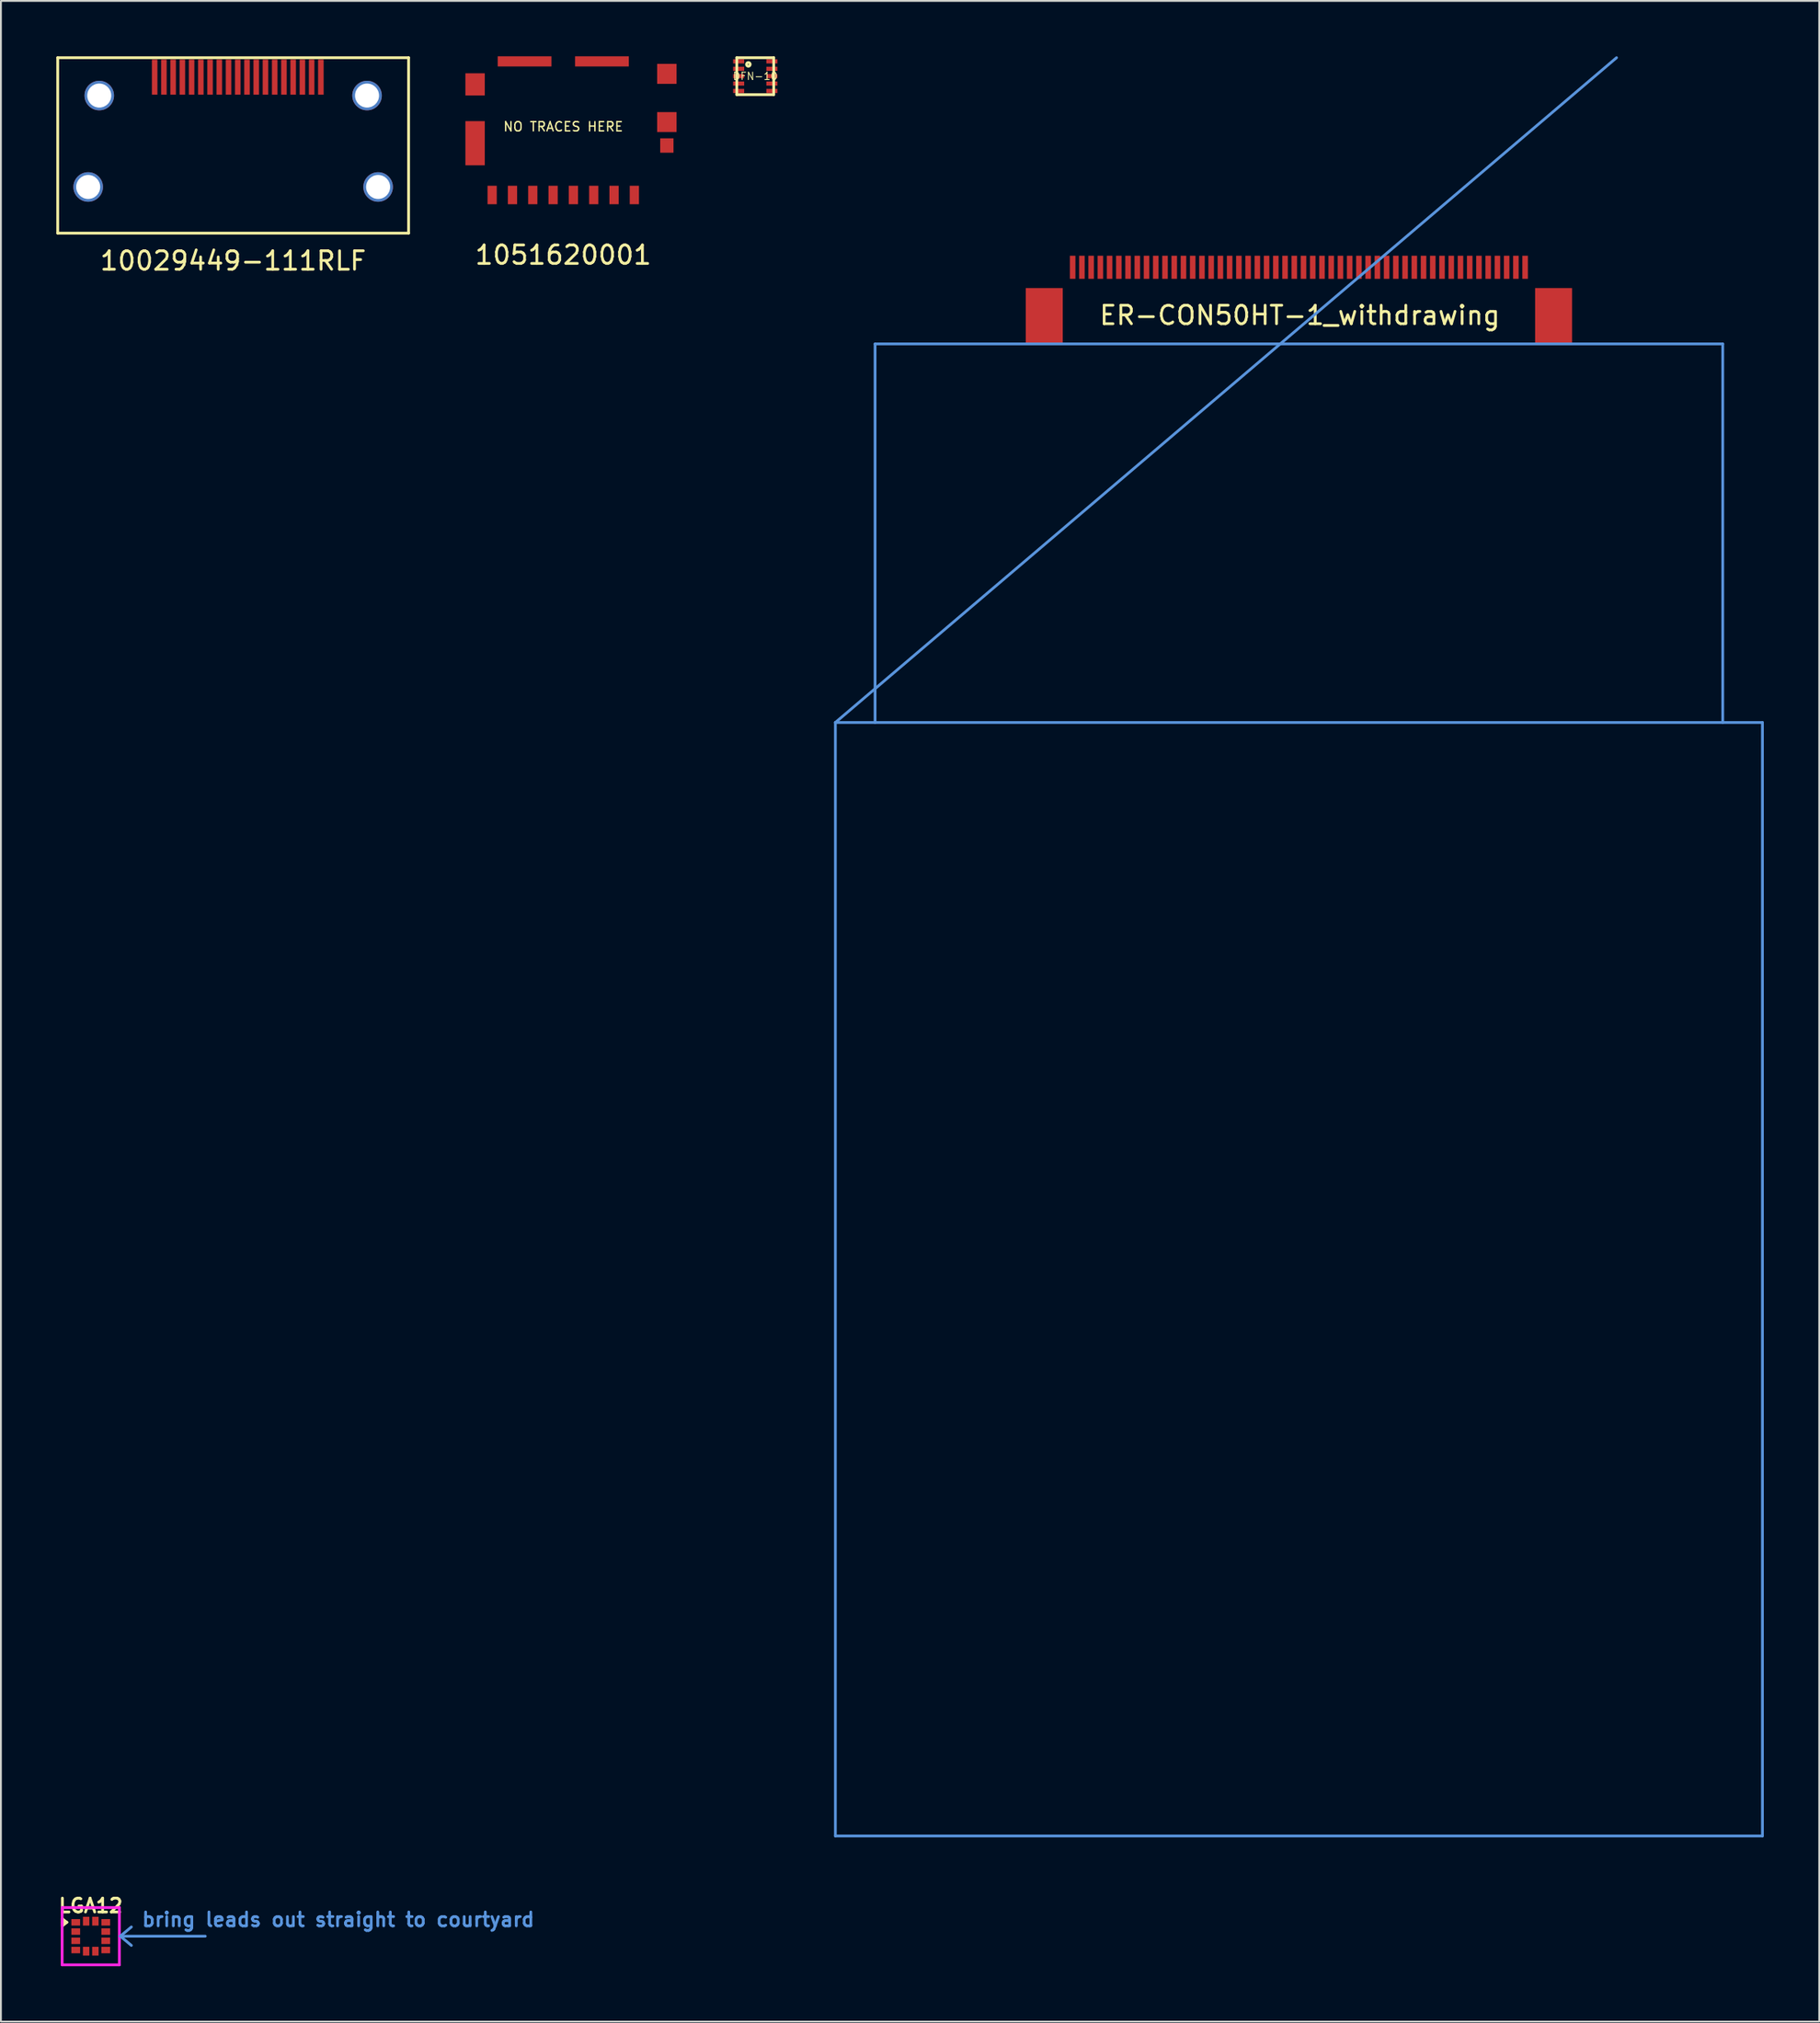
<source format=kicad_pcb>
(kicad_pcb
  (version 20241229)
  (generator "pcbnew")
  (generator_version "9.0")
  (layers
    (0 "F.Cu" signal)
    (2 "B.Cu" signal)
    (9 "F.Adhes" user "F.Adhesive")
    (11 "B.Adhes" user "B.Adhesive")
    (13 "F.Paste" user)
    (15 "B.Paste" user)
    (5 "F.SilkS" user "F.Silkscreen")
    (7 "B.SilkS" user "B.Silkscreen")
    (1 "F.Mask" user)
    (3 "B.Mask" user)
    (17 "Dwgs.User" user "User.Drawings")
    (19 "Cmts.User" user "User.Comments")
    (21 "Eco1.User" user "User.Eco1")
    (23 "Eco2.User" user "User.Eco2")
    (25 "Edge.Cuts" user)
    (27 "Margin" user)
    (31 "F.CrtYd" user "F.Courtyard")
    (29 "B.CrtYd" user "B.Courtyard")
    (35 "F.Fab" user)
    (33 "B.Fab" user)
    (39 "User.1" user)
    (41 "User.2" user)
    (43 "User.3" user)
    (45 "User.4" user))
  (footprint "ER-CON50HT-1_withdrawing"
    (layer "F.Cu")
    (at 67.285 11.425)
    (property "Reference" "ER-CON50HT-1_withdrawing" (at 0.05 2.6 0) (layer "F.SilkS") (effects (font (size 1 1) (thickness 0.15))))
    (attr through_hole)
    (fp_line (start -25.1 24.65) (end -25.1 84.95) (stroke (width 0.15) (type solid)) (layer "Cmts.User"))
    (fp_line (start -25.1 24.65) (end 17.2 -11.35) (stroke (width 0.15) (type solid)) (layer "Cmts.User"))
    (fp_line (start -25.1 24.65) (end 25.1 24.65) (stroke (width 0.15) (type solid)) (layer "Cmts.User"))
    (fp_line (start -22.95 4.15) (end -22.95 24.65) (stroke (width 0.15) (type solid)) (layer "Cmts.User"))
    (fp_line (start -22.95 4.15) (end 22.95 4.15) (stroke (width 0.15) (type solid)) (layer "Cmts.User"))
    (fp_line (start 22.95 4.15) (end 22.95 24.65) (stroke (width 0.15) (type solid)) (layer "Cmts.User"))
    (fp_line (start 25.1 24.65) (end 25.1 84.95) (stroke (width 0.15) (type solid)) (layer "Cmts.User"))
    (fp_line (start 25.1 84.95) (end -25.1 84.95) (stroke (width 0.15) (type solid)) (layer "Cmts.User"))
    (pad "1" smd rect (at -12.25 0) (size 0.3 1.25) (layers "F.Cu" "F.Mask" "F.Paste"))
    (pad "2" smd rect (at -11.75 0) (size 0.3 1.25) (layers "F.Cu" "F.Mask" "F.Paste"))
    (pad "3" smd rect (at -11.25 0) (size 0.3 1.25) (layers "F.Cu" "F.Mask" "F.Paste"))
    (pad "4" smd rect (at -10.75 0) (size 0.3 1.25) (layers "F.Cu" "F.Mask" "F.Paste"))
    (pad "5" smd rect (at -10.25 0) (size 0.3 1.25) (layers "F.Cu" "F.Mask" "F.Paste"))
    (pad "6" smd rect (at -9.75 0) (size 0.3 1.25) (layers "F.Cu" "F.Mask" "F.Paste"))
    (pad "7" smd rect (at -9.25 0) (size 0.3 1.25) (layers "F.Cu" "F.Mask" "F.Paste"))
    (pad "8" smd rect (at -8.75 0) (size 0.3 1.25) (layers "F.Cu" "F.Mask" "F.Paste"))
    (pad "9" smd rect (at -8.25 0) (size 0.3 1.25) (layers "F.Cu" "F.Mask" "F.Paste"))
    (pad "10" smd rect (at -7.75 0) (size 0.3 1.25) (layers "F.Cu" "F.Mask" "F.Paste"))
    (pad "11" smd rect (at -7.25 0) (size 0.3 1.25) (layers "F.Cu" "F.Mask" "F.Paste"))
    (pad "12" smd rect (at -6.75 0) (size 0.3 1.25) (layers "F.Cu" "F.Mask" "F.Paste"))
    (pad "13" smd rect (at -6.25 0) (size 0.3 1.25) (layers "F.Cu" "F.Mask" "F.Paste"))
    (pad "14" smd rect (at -5.75 0) (size 0.3 1.25) (layers "F.Cu" "F.Mask" "F.Paste"))
    (pad "15" smd rect (at -5.25 0) (size 0.3 1.25) (layers "F.Cu" "F.Mask" "F.Paste"))
    (pad "16" smd rect (at -4.75 0) (size 0.3 1.25) (layers "F.Cu" "F.Mask" "F.Paste"))
    (pad "17" smd rect (at -4.25 0) (size 0.3 1.25) (layers "F.Cu" "F.Mask" "F.Paste"))
    (pad "18" smd rect (at -3.75 0) (size 0.3 1.25) (layers "F.Cu" "F.Mask" "F.Paste"))
    (pad "19" smd rect (at -3.25 0) (size 0.3 1.25) (layers "F.Cu" "F.Mask" "F.Paste"))
    (pad "20" smd rect (at -2.75 0) (size 0.3 1.25) (layers "F.Cu" "F.Mask" "F.Paste"))
    (pad "21" smd rect (at -2.25 0) (size 0.3 1.25) (layers "F.Cu" "F.Mask" "F.Paste"))
    (pad "22" smd rect (at -1.75 0) (size 0.3 1.25) (layers "F.Cu" "F.Mask" "F.Paste"))
    (pad "23" smd rect (at -1.25 0) (size 0.3 1.25) (layers "F.Cu" "F.Mask" "F.Paste"))
    (pad "24" smd rect (at -0.75 0) (size 0.3 1.25) (layers "F.Cu" "F.Mask" "F.Paste"))
    (pad "25" smd rect (at -0.25 0) (size 0.3 1.25) (layers "F.Cu" "F.Mask" "F.Paste"))
    (pad "26" smd rect (at 0.25 0) (size 0.3 1.25) (layers "F.Cu" "F.Mask" "F.Paste"))
    (pad "27" smd rect (at 0.75 0) (size 0.3 1.25) (layers "F.Cu" "F.Mask" "F.Paste"))
    (pad "28" smd rect (at 1.25 0) (size 0.3 1.25) (layers "F.Cu" "F.Mask" "F.Paste"))
    (pad "29" smd rect (at 1.75 0) (size 0.3 1.25) (layers "F.Cu" "F.Mask" "F.Paste"))
    (pad "30" smd rect (at 2.25 0) (size 0.3 1.25) (layers "F.Cu" "F.Mask" "F.Paste"))
    (pad "31" smd rect (at 2.75 0) (size 0.3 1.25) (layers "F.Cu" "F.Mask" "F.Paste"))
    (pad "32" smd rect (at 3.25 0) (size 0.3 1.25) (layers "F.Cu" "F.Mask" "F.Paste"))
    (pad "33" smd rect (at 3.75 0) (size 0.3 1.25) (layers "F.Cu" "F.Mask" "F.Paste"))
    (pad "34" smd rect (at 4.25 0) (size 0.3 1.25) (layers "F.Cu" "F.Mask" "F.Paste"))
    (pad "35" smd rect (at 4.75 0) (size 0.3 1.25) (layers "F.Cu" "F.Mask" "F.Paste"))
    (pad "36" smd rect (at 5.25 0) (size 0.3 1.25) (layers "F.Cu" "F.Mask" "F.Paste"))
    (pad "37" smd rect (at 5.75 0) (size 0.3 1.25) (layers "F.Cu" "F.Mask" "F.Paste"))
    (pad "38" smd rect (at 6.25 0) (size 0.3 1.25) (layers "F.Cu" "F.Mask" "F.Paste"))
    (pad "39" smd rect (at 6.75 0) (size 0.3 1.25) (layers "F.Cu" "F.Mask" "F.Paste"))
    (pad "40" smd rect (at 7.25 0) (size 0.3 1.25) (layers "F.Cu" "F.Mask" "F.Paste"))
    (pad "41" smd rect (at 7.75 0) (size 0.3 1.25) (layers "F.Cu" "F.Mask" "F.Paste"))
    (pad "42" smd rect (at 8.25 0) (size 0.3 1.25) (layers "F.Cu" "F.Mask" "F.Paste"))
    (pad "43" smd rect (at 8.75 0) (size 0.3 1.25) (layers "F.Cu" "F.Mask" "F.Paste"))
    (pad "44" smd rect (at 9.25 0) (size 0.3 1.25) (layers "F.Cu" "F.Mask" "F.Paste"))
    (pad "45" smd rect (at 9.75 0) (size 0.3 1.25) (layers "F.Cu" "F.Mask" "F.Paste"))
    (pad "46" smd rect (at 10.25 0) (size 0.3 1.25) (layers "F.Cu" "F.Mask" "F.Paste"))
    (pad "47" smd rect (at 10.75 0) (size 0.3 1.25) (layers "F.Cu" "F.Mask" "F.Paste"))
    (pad "48" smd rect (at 11.25 0) (size 0.3 1.25) (layers "F.Cu" "F.Mask" "F.Paste"))
    (pad "49" smd rect (at 11.75 0) (size 0.3 1.25) (layers "F.Cu" "F.Mask" "F.Paste"))
    (pad "50" smd rect (at 12.25 0) (size 0.3 1.25) (layers "F.Cu" "F.Mask" "F.Paste"))
    (pad "~" smd rect (at -13.79 2.625) (size 2 3) (layers "F.Cu" "F.Mask" "F.Paste"))
    (pad "~" smd rect (at 13.79 2.625) (size 2 3) (layers "F.Cu" "F.Mask" "F.Paste")))
  (footprint "1051620001"
    (layer "F.Cu")
    (at 27.45 8.01)
    (property "Reference" "1051620001" (at 0 2.75 0) (layer "F.SilkS") (effects (font (size 1 1) (thickness 0.15))))
    (attr through_hole)
    (fp_text user "NO TRACES HERE" (at 0 -4.2 0) (layer "F.SilkS") (effects (font (size 0.5 0.5) (thickness 0.075))))
    (pad "1" smd rect (at 3.85 -0.5) (size 0.5 1) (layers "F.Cu" "F.Mask" "F.Paste"))
    (pad "2" smd rect (at 2.75 -0.5) (size 0.5 1) (layers "F.Cu" "F.Mask" "F.Paste"))
    (pad "3" smd rect (at 1.65 -0.5) (size 0.5 1) (layers "F.Cu" "F.Mask" "F.Paste"))
    (pad "4" smd rect (at 0.55 -0.5) (size 0.5 1) (layers "F.Cu" "F.Mask" "F.Paste"))
    (pad "5" smd rect (at -0.55 -0.5) (size 0.5 1) (layers "F.Cu" "F.Mask" "F.Paste"))
    (pad "6" smd rect (at -1.65 -0.5) (size 0.5 1) (layers "F.Cu" "F.Mask" "F.Paste"))
    (pad "7" smd rect (at -2.75 -0.5) (size 0.5 1) (layers "F.Cu" "F.Mask" "F.Paste"))
    (pad "8" smd rect (at -3.85 -0.5) (size 0.5 1) (layers "F.Cu" "F.Mask" "F.Paste"))
    (pad "9" smd rect (at 5.61 -3.18) (size 0.72 0.78) (layers "F.Cu" "F.Mask" "F.Paste"))
    (pad "G1" smd rect (at 5.61 -4.45) (size 1.05 1.08) (layers "F.Cu" "F.Mask" "F.Paste"))
    (pad "G2" smd rect (at 5.61 -7.06) (size 1.05 1.08) (layers "F.Cu" "F.Mask" "F.Paste"))
    (pad "G3" smd rect (at -4.775 -6.49) (size 1.05 1.2) (layers "F.Cu" "F.Mask" "F.Paste"))
    (pad "G4" smd rect (at -4.775 -3.305) (size 1.05 2.39) (layers "F.Cu" "F.Mask" "F.Paste"))
    (pad "~" smd rect (at -2.095 -7.735) (size 2.91 0.55) (layers "F.Cu" "F.Mask" "F.Paste"))
    (pad "~" smd rect (at 2.095 -7.735) (size 2.91 0.55) (layers "F.Cu" "F.Mask" "F.Paste")))
  (footprint "LGA12"
    (layer "F.Cu")
    (at 1.864 101.802)
    (property "Reference" "LGA12" (at 0 -1.65 0) (layer "F.SilkS") (effects (font (size 0.75 0.75) (thickness 0.15))))
    (attr through_hole)
    (fp_line (start -1.55 -0.95) (end -1.3 -0.75) (stroke (width 0.15) (type solid)) (layer "F.SilkS"))
    (fp_line (start -1.55 -0.55) (end -1.55 -0.95) (stroke (width 0.15) (type solid)) (layer "F.SilkS"))
    (fp_line (start -1.3 -0.75) (end -1.55 -0.75) (stroke (width 0.15) (type solid)) (layer "F.SilkS"))
    (fp_line (start -1.3 -0.75) (end -1.55 -0.55) (stroke (width 0.15) (type solid)) (layer "F.SilkS"))
    (fp_line (start 1.6 0) (end 2.2 -0.5) (stroke (width 0.15) (type solid)) (layer "Cmts.User"))
    (fp_line (start 1.6 0) (end 2.2 0.5) (stroke (width 0.15) (type solid)) (layer "Cmts.User"))
    (fp_line (start 1.6 0) (end 6.2 0) (stroke (width 0.15) (type solid)) (layer "Cmts.User"))
    (fp_line (start -1 -1) (end 1 -1) (stroke (width 0.05) (type solid)) (layer "Eco1.User"))
    (fp_line (start -1 1) (end -1 -1) (stroke (width 0.05) (type solid)) (layer "Eco1.User"))
    (fp_line (start 1 -1) (end 1 1) (stroke (width 0.05) (type solid)) (layer "Eco1.User"))
    (fp_line (start 1 1) (end -1 1) (stroke (width 0.05) (type solid)) (layer "Eco1.User"))
    (fp_line (start -1.55 -1.55) (end 1.55 -1.55) (stroke (width 0.15) (type solid)) (layer "F.CrtYd"))
    (fp_line (start -1.55 1.55) (end -1.55 -1.55) (stroke (width 0.15) (type solid)) (layer "F.CrtYd"))
    (fp_line (start 1.55 -1.55) (end 1.55 1.55) (stroke (width 0.15) (type solid)) (layer "F.CrtYd"))
    (fp_line (start 1.55 1.55) (end -1.55 1.55) (stroke (width 0.15) (type solid)) (layer "F.CrtYd"))
    (fp_text user "bring leads out straight to courtyard" (at 13.4 -0.9 0) (layer "Cmts.User") (effects (font (size 0.75 0.75) (thickness 0.15))))
    (pad "1" smd rect (at -0.812 -0.75) (size 0.475 0.35) (layers "F.Cu" "F.Mask" "F.Paste"))
    (pad "2" smd rect (at -0.812 -0.25) (size 0.475 0.35) (layers "F.Cu" "F.Mask" "F.Paste"))
    (pad "3" smd rect (at -0.812 0.25) (size 0.475 0.35) (layers "F.Cu" "F.Mask" "F.Paste"))
    (pad "4" smd rect (at -0.812 0.75) (size 0.475 0.35) (layers "F.Cu" "F.Mask" "F.Paste"))
    (pad "5" smd rect (at -0.25 0.812) (size 0.35 0.475) (layers "F.Cu" "F.Mask" "F.Paste"))
    (pad "6" smd rect (at 0.25 0.812) (size 0.35 0.475) (layers "F.Cu" "F.Mask" "F.Paste"))
    (pad "7" smd rect (at 0.812 0.75) (size 0.475 0.35) (layers "F.Cu" "F.Mask" "F.Paste"))
    (pad "8" smd rect (at 0.812 0.25) (size 0.475 0.35) (layers "F.Cu" "F.Mask" "F.Paste"))
    (pad "9" smd rect (at 0.812 -0.25) (size 0.475 0.35) (layers "F.Cu" "F.Mask" "F.Paste"))
    (pad "10" smd rect (at 0.812 -0.75) (size 0.475 0.35) (layers "F.Cu" "F.Mask" "F.Paste"))
    (pad "11" smd rect (at 0.25 -0.812) (size 0.35 0.475) (layers "F.Cu" "F.Mask" "F.Paste"))
    (pad "12" smd rect (at -0.25 -0.812) (size 0.35 0.475) (layers "F.Cu" "F.Mask" "F.Paste")))
  (footprint "10029449-111RLF"
    (layer "F.Cu")
    (at 9.575 7.075)
    (property "Reference" "10029449-111RLF" (at 0 4 0) (layer "F.SilkS") (effects (font (size 1 1) (thickness 0.15))))
    (attr through_hole)
    (fp_line (start -9.5 -7) (end -9.5 2.5) (stroke (width 0.15) (type solid)) (layer "F.SilkS"))
    (fp_line (start -9.5 -7) (end 9.5 -7) (stroke (width 0.15) (type solid)) (layer "F.SilkS"))
    (fp_line (start 9.5 -7) (end 9.5 2.5) (stroke (width 0.15) (type solid)) (layer "F.SilkS"))
    (fp_line (start 9.5 2.5) (end -9.5 2.5) (stroke (width 0.15) (type solid)) (layer "F.SilkS"))
    (pad "1" smd rect (at 4.75 -5.95) (size 0.3 1.9) (layers "F.Cu" "F.Mask" "F.Paste"))
    (pad "2" smd rect (at 4.25 -5.95) (size 0.3 1.9) (layers "F.Cu" "F.Mask" "F.Paste"))
    (pad "3" smd rect (at 3.75 -5.95) (size 0.3 1.9) (layers "F.Cu" "F.Mask" "F.Paste"))
    (pad "4" smd rect (at 3.25 -5.95) (size 0.3 1.9) (layers "F.Cu" "F.Mask" "F.Paste"))
    (pad "5" smd rect (at 2.75 -5.95) (size 0.3 1.9) (layers "F.Cu" "F.Mask" "F.Paste"))
    (pad "6" smd rect (at 2.25 -5.95) (size 0.3 1.9) (layers "F.Cu" "F.Mask" "F.Paste"))
    (pad "7" smd rect (at 1.75 -5.95) (size 0.3 1.9) (layers "F.Cu" "F.Mask" "F.Paste"))
    (pad "8" smd rect (at 1.25 -5.95) (size 0.3 1.9) (layers "F.Cu" "F.Mask" "F.Paste"))
    (pad "9" smd rect (at 0.75 -5.95) (size 0.3 1.9) (layers "F.Cu" "F.Mask" "F.Paste"))
    (pad "10" smd rect (at 0.25 -5.95) (size 0.3 1.9) (layers "F.Cu" "F.Mask" "F.Paste"))
    (pad "11" smd rect (at -0.25 -5.95) (size 0.3 1.9) (layers "F.Cu" "F.Mask" "F.Paste"))
    (pad "12" smd rect (at -0.75 -5.95) (size 0.3 1.9) (layers "F.Cu" "F.Mask" "F.Paste"))
    (pad "13" smd rect (at -1.25 -5.95) (size 0.3 1.9) (layers "F.Cu" "F.Mask" "F.Paste"))
    (pad "14" smd rect (at -1.75 -5.95) (size 0.3 1.9) (layers "F.Cu" "F.Mask" "F.Paste"))
    (pad "15" smd rect (at -2.25 -5.95) (size 0.3 1.9) (layers "F.Cu" "F.Mask" "F.Paste"))
    (pad "16" smd rect (at -2.75 -5.95) (size 0.3 1.9) (layers "F.Cu" "F.Mask" "F.Paste"))
    (pad "17" smd rect (at -3.25 -5.95) (size 0.3 1.9) (layers "F.Cu" "F.Mask" "F.Paste"))
    (pad "18" smd rect (at -3.75 -5.95) (size 0.3 1.9) (layers "F.Cu" "F.Mask" "F.Paste"))
    (pad "19" smd rect (at -4.25 -5.95) (size 0.3 1.9) (layers "F.Cu" "F.Mask" "F.Paste"))
    (pad "SHD" thru_hole circle (at -7.85 0) (size 1.6 1.6) (drill 1.3) (layers "*.Cu" "*.Mask"))
    (pad "SHD" thru_hole circle (at -7.25 -4.95) (size 1.6 1.6) (drill 1.3) (layers "*.Cu" "*.Mask"))
    (pad "SHD" thru_hole circle (at 7.25 -4.95) (size 1.6 1.6) (drill 1.3) (layers "*.Cu" "*.Mask"))
    (pad "SHD" thru_hole circle (at 7.85 0) (size 1.6 1.6) (drill 1.3) (layers "*.Cu" "*.Mask")))
  (footprint "DFN-10"
    (layer "F.Cu")
    (at 37.847 1.075)
    (property "Reference" "DFN-10" (at 0 0 0) (layer "F.SilkS") (effects (font (size 0.4 0.4) (thickness 0.05))))
    (attr smd)
    (fp_line (start -1 -1) (end 1 -1) (stroke (width 0.15) (type solid)) (layer "F.SilkS"))
    (fp_line (start -1 1) (end -1 -1) (stroke (width 0.15) (type solid)) (layer "F.SilkS"))
    (fp_line (start 1 -1) (end 1 1) (stroke (width 0.15) (type solid)) (layer "F.SilkS"))
    (fp_line (start 1 1) (end -1 1) (stroke (width 0.15) (type solid)) (layer "F.SilkS"))
    (fp_circle (center -0.374 -0.638) (end -0.374 -0.538) (stroke (width 0.15) (type solid)) (fill no) (layer "F.SilkS"))
    (pad "" smd rect (at -0.9 0) (size 0.725 1.95) (layers "F.Mask"))
    (pad "" smd rect (at 0.9 0) (size 0.725 1.95) (layers "F.Mask"))
    (pad "1" smd rect (at -0.9 -0.8) (size 0.6 0.225) (layers "F.Cu" "F.Paste"))
    (pad "2" smd rect (at -0.9 -0.4) (size 0.6 0.225) (layers "F.Cu" "F.Paste"))
    (pad "3" smd rect (at -0.9 0) (size 0.6 0.225) (layers "F.Cu" "F.Paste"))
    (pad "4" smd rect (at -0.9 0.4) (size 0.6 0.225) (layers "F.Cu" "F.Paste"))
    (pad "5" smd rect (at -0.9 0.8) (size 0.6 0.225) (layers "F.Cu" "F.Paste"))
    (pad "6" smd rect (at 0.9 0.8) (size 0.6 0.225) (layers "F.Cu" "F.Paste"))
    (pad "7" smd rect (at 0.9 0.4) (size 0.6 0.225) (layers "F.Cu" "F.Paste"))
    (pad "8" smd rect (at 0.9 0) (size 0.6 0.225) (layers "F.Cu" "F.Paste"))
    (pad "9" smd rect (at 0.9 -0.4) (size 0.6 0.225) (layers "F.Cu" "F.Paste"))
    (pad "10" smd rect (at 0.9 -0.8) (size 0.6 0.225) (layers "F.Cu" "F.Paste")))
  (gr_rect
    (start -3 -3)
    (end 95.46 106.427)
    (stroke (width 0.1) (type default))
    (fill no)
    (layer "Edge.Cuts")))
</source>
